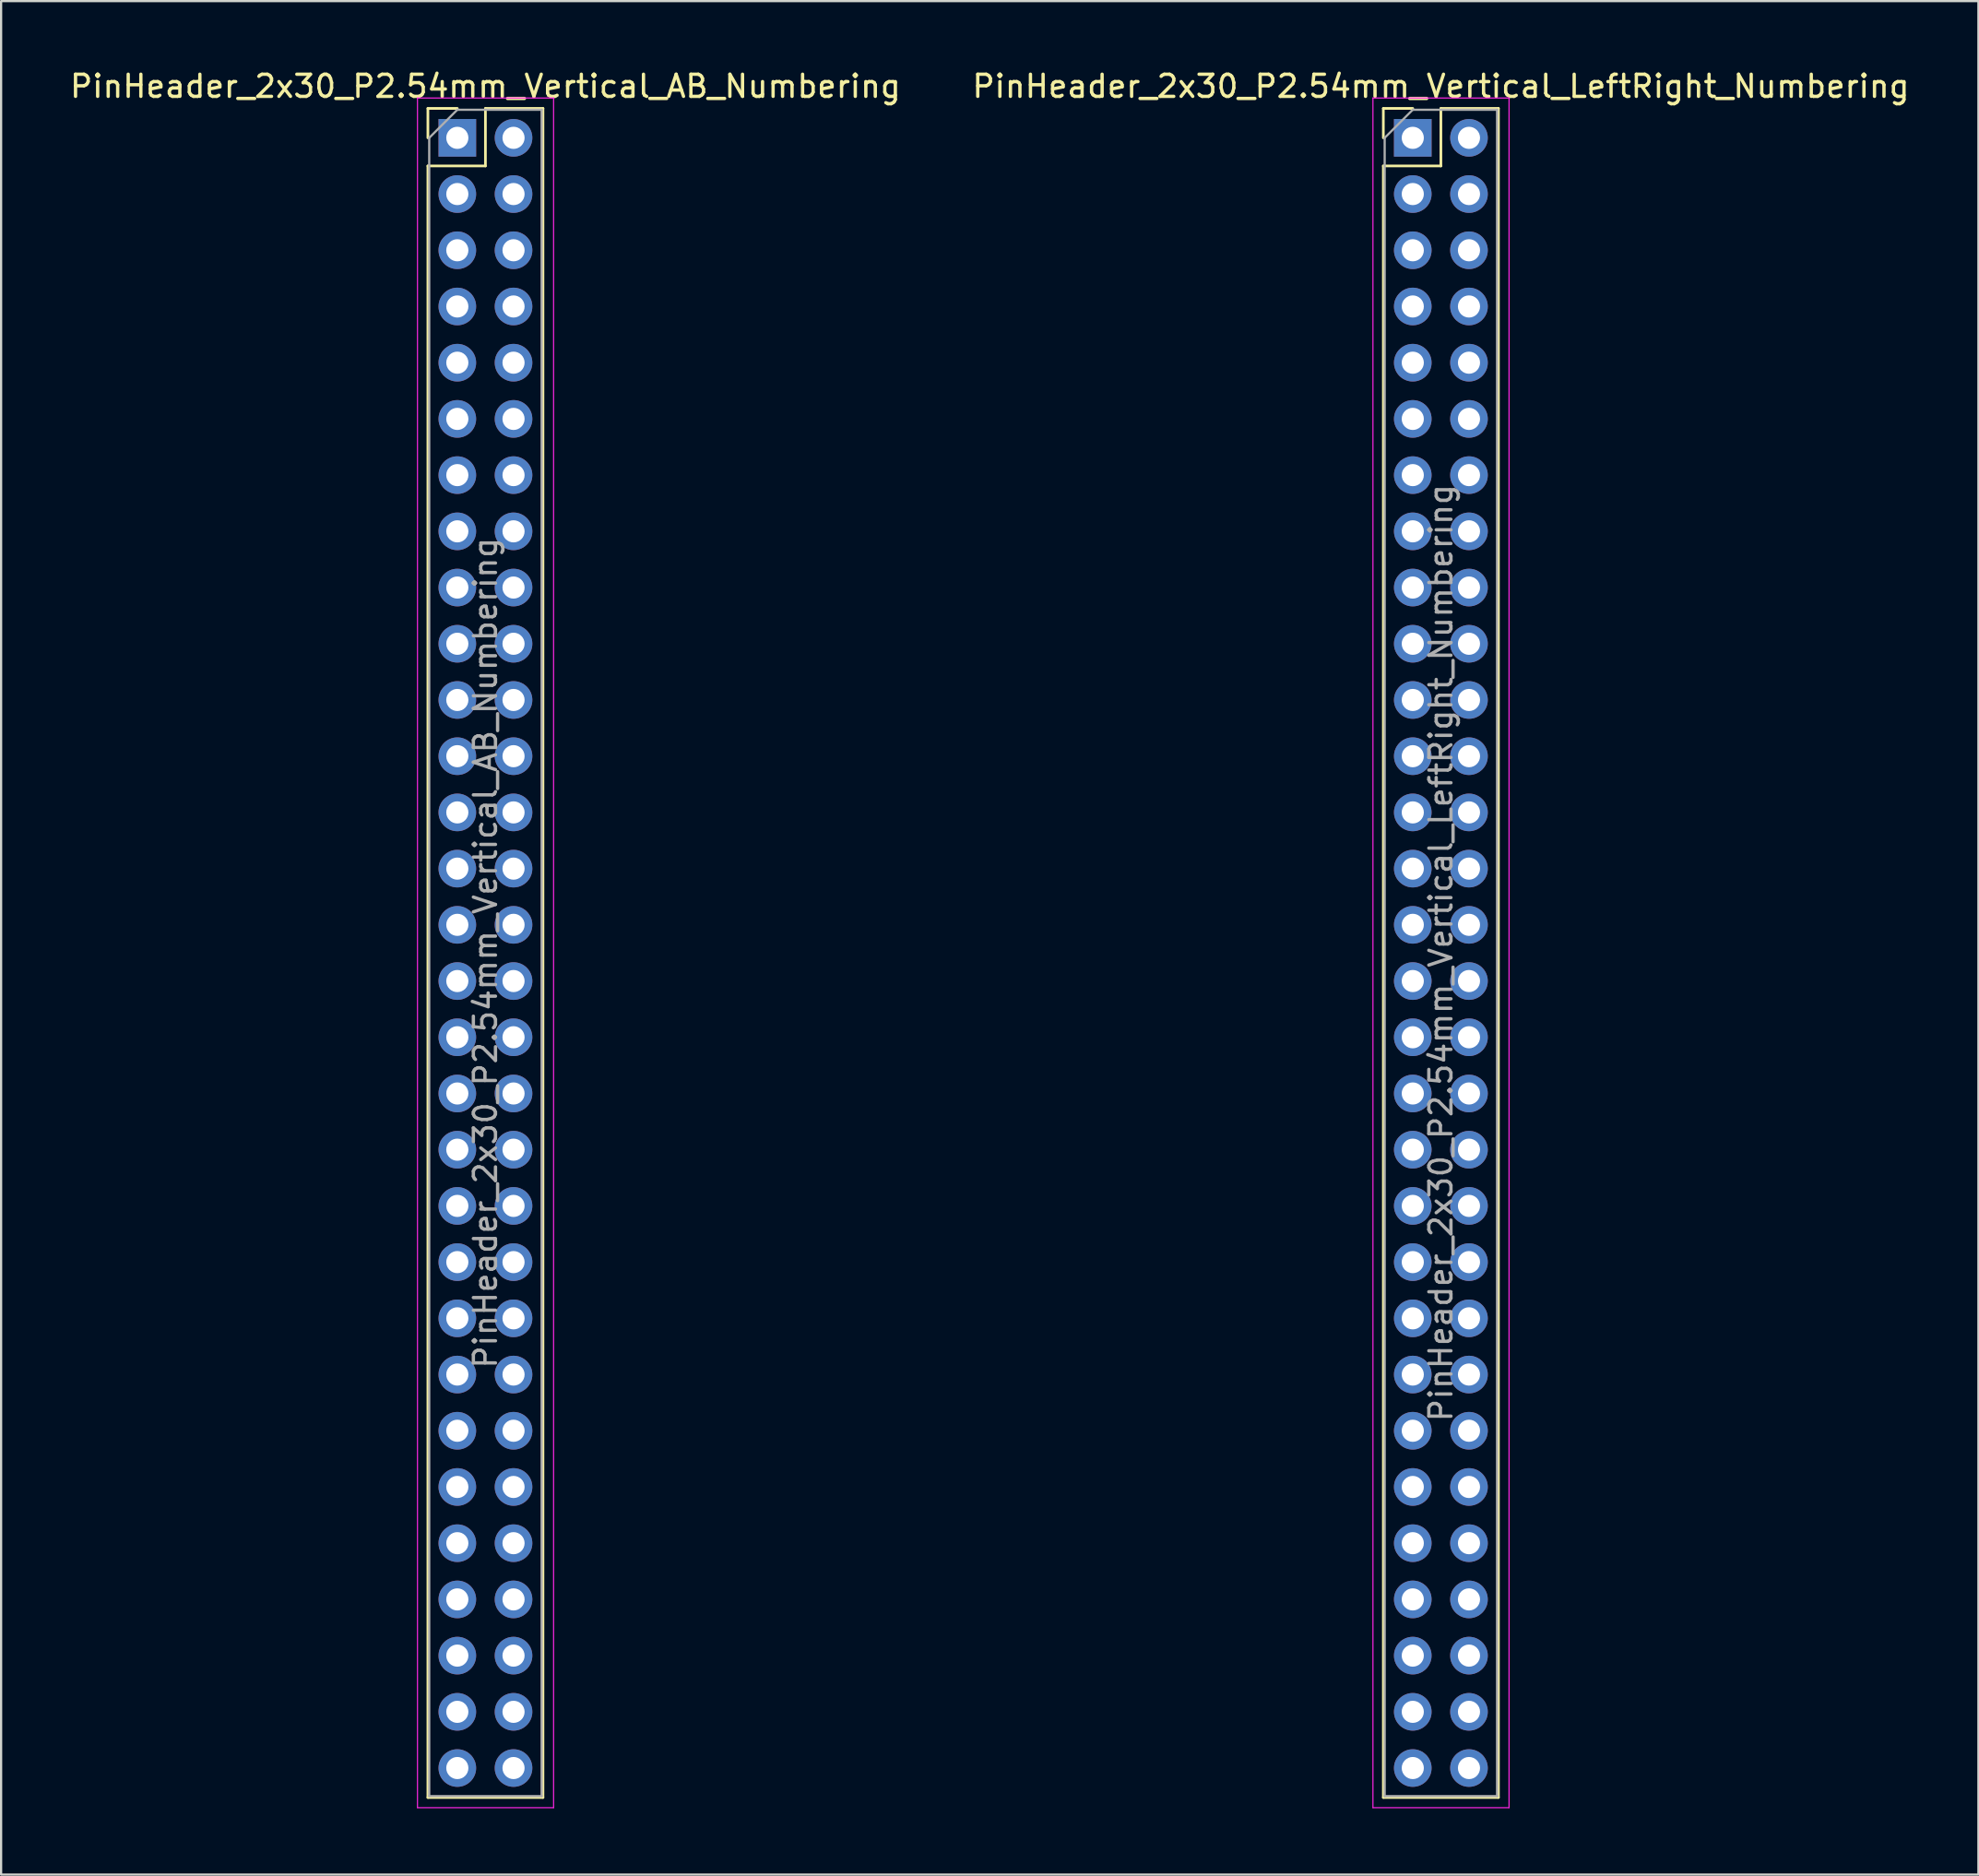
<source format=kicad_pcb>
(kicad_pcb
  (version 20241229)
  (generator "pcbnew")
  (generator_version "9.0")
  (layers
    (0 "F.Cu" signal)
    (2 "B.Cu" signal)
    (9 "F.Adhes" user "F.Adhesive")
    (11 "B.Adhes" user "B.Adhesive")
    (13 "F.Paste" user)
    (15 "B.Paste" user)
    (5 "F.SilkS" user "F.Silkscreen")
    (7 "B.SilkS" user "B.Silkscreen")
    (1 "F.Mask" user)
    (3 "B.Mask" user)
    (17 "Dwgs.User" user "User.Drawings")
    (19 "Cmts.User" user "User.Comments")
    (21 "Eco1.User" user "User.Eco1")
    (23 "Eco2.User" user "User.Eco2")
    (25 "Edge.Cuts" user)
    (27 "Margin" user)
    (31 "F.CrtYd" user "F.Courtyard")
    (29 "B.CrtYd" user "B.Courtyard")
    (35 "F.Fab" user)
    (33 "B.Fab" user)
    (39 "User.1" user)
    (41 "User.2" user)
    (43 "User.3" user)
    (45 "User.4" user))
  (footprint "PinHeader_2x30_P2.54mm_Vertical_AB_Numbering"
    (layer "F.Cu")
    (at 17.617 3.178)
    (property "Reference" "PinHeader_2x30_P2.54mm_Vertical_AB_Numbering" (at 1.27 -2.33 0) (layer "F.SilkS") (effects (font (size 1 1) (thickness 0.15))))
    (attr through_hole)
    (fp_line (start -1.33 -1.33) (end 0 -1.33) (stroke (width 0.12) (type solid)) (layer "F.SilkS"))
    (fp_line (start -1.33 0) (end -1.33 -1.33) (stroke (width 0.12) (type solid)) (layer "F.SilkS"))
    (fp_line (start -1.33 1.27) (end -1.33 74.99) (stroke (width 0.12) (type solid)) (layer "F.SilkS"))
    (fp_line (start -1.33 1.27) (end 1.27 1.27) (stroke (width 0.12) (type solid)) (layer "F.SilkS"))
    (fp_line (start -1.33 74.99) (end 3.87 74.99) (stroke (width 0.12) (type solid)) (layer "F.SilkS"))
    (fp_line (start 1.27 -1.33) (end 3.87 -1.33) (stroke (width 0.12) (type solid)) (layer "F.SilkS"))
    (fp_line (start 1.27 1.27) (end 1.27 -1.33) (stroke (width 0.12) (type solid)) (layer "F.SilkS"))
    (fp_line (start 3.87 -1.33) (end 3.87 74.99) (stroke (width 0.12) (type solid)) (layer "F.SilkS"))
    (fp_line (start -1.8 -1.8) (end -1.8 75.45) (stroke (width 0.05) (type solid)) (layer "F.CrtYd"))
    (fp_line (start -1.8 75.45) (end 4.35 75.45) (stroke (width 0.05) (type solid)) (layer "F.CrtYd"))
    (fp_line (start 4.35 -1.8) (end -1.8 -1.8) (stroke (width 0.05) (type solid)) (layer "F.CrtYd"))
    (fp_line (start 4.35 75.45) (end 4.35 -1.8) (stroke (width 0.05) (type solid)) (layer "F.CrtYd"))
    (fp_line (start -1.27 0) (end 0 -1.27) (stroke (width 0.1) (type solid)) (layer "F.Fab"))
    (fp_line (start -1.27 74.93) (end -1.27 0) (stroke (width 0.1) (type solid)) (layer "F.Fab"))
    (fp_line (start 0 -1.27) (end 3.81 -1.27) (stroke (width 0.1) (type solid)) (layer "F.Fab"))
    (fp_line (start 3.81 -1.27) (end 3.81 74.93) (stroke (width 0.1) (type solid)) (layer "F.Fab"))
    (fp_line (start 3.81 74.93) (end -1.27 74.93) (stroke (width 0.1) (type solid)) (layer "F.Fab"))
    (fp_text user "${REFERENCE}" (at 1.27 36.83 90) (layer "F.Fab") (effects (font (size 1 1) (thickness 0.15))))
    (pad "A1" thru_hole rect (at 0 0) (size 1.7 1.7) (drill 1) (layers "*.Cu" "*.Mask"))
    (pad "A2" thru_hole oval (at 0 2.54) (size 1.7 1.7) (drill 1) (layers "*.Cu" "*.Mask"))
    (pad "A3" thru_hole oval (at 0 5.08) (size 1.7 1.7) (drill 1) (layers "*.Cu" "*.Mask"))
    (pad "A4" thru_hole oval (at 0 7.62) (size 1.7 1.7) (drill 1) (layers "*.Cu" "*.Mask"))
    (pad "A5" thru_hole oval (at 0 10.16) (size 1.7 1.7) (drill 1) (layers "*.Cu" "*.Mask"))
    (pad "A6" thru_hole oval (at 0 12.7) (size 1.7 1.7) (drill 1) (layers "*.Cu" "*.Mask"))
    (pad "A7" thru_hole oval (at 0 15.24) (size 1.7 1.7) (drill 1) (layers "*.Cu" "*.Mask"))
    (pad "A8" thru_hole oval (at 0 17.78) (size 1.7 1.7) (drill 1) (layers "*.Cu" "*.Mask"))
    (pad "A9" thru_hole oval (at 0 20.32) (size 1.7 1.7) (drill 1) (layers "*.Cu" "*.Mask"))
    (pad "A10" thru_hole oval (at 0 22.86) (size 1.7 1.7) (drill 1) (layers "*.Cu" "*.Mask"))
    (pad "A11" thru_hole oval (at 0 25.4) (size 1.7 1.7) (drill 1) (layers "*.Cu" "*.Mask"))
    (pad "A12" thru_hole oval (at 0 27.94) (size 1.7 1.7) (drill 1) (layers "*.Cu" "*.Mask"))
    (pad "A13" thru_hole oval (at 0 30.48) (size 1.7 1.7) (drill 1) (layers "*.Cu" "*.Mask"))
    (pad "A14" thru_hole oval (at 0 33.02) (size 1.7 1.7) (drill 1) (layers "*.Cu" "*.Mask"))
    (pad "A15" thru_hole oval (at 0 35.56) (size 1.7 1.7) (drill 1) (layers "*.Cu" "*.Mask"))
    (pad "A16" thru_hole oval (at 0 38.1) (size 1.7 1.7) (drill 1) (layers "*.Cu" "*.Mask"))
    (pad "A17" thru_hole oval (at 0 40.64) (size 1.7 1.7) (drill 1) (layers "*.Cu" "*.Mask"))
    (pad "A18" thru_hole oval (at 0 43.18) (size 1.7 1.7) (drill 1) (layers "*.Cu" "*.Mask"))
    (pad "A19" thru_hole oval (at 0 45.72) (size 1.7 1.7) (drill 1) (layers "*.Cu" "*.Mask"))
    (pad "A20" thru_hole oval (at 0 48.26) (size 1.7 1.7) (drill 1) (layers "*.Cu" "*.Mask"))
    (pad "A21" thru_hole oval (at 0 50.8) (size 1.7 1.7) (drill 1) (layers "*.Cu" "*.Mask"))
    (pad "A22" thru_hole oval (at 0 53.34) (size 1.7 1.7) (drill 1) (layers "*.Cu" "*.Mask"))
    (pad "A23" thru_hole oval (at 0 55.88) (size 1.7 1.7) (drill 1) (layers "*.Cu" "*.Mask"))
    (pad "A24" thru_hole oval (at 0 58.42) (size 1.7 1.7) (drill 1) (layers "*.Cu" "*.Mask"))
    (pad "A25" thru_hole oval (at 0 60.96) (size 1.7 1.7) (drill 1) (layers "*.Cu" "*.Mask"))
    (pad "A26" thru_hole oval (at 0 63.5) (size 1.7 1.7) (drill 1) (layers "*.Cu" "*.Mask"))
    (pad "A27" thru_hole oval (at 0 66.04) (size 1.7 1.7) (drill 1) (layers "*.Cu" "*.Mask"))
    (pad "A28" thru_hole oval (at 0 68.58) (size 1.7 1.7) (drill 1) (layers "*.Cu" "*.Mask"))
    (pad "A29" thru_hole oval (at 0 71.12) (size 1.7 1.7) (drill 1) (layers "*.Cu" "*.Mask"))
    (pad "A30" thru_hole oval (at 0 73.66) (size 1.7 1.7) (drill 1) (layers "*.Cu" "*.Mask"))
    (pad "B1" thru_hole oval (at 2.54 0) (size 1.7 1.7) (drill 1) (layers "*.Cu" "*.Mask"))
    (pad "B2" thru_hole oval (at 2.54 2.54) (size 1.7 1.7) (drill 1) (layers "*.Cu" "*.Mask"))
    (pad "B3" thru_hole oval (at 2.54 5.08) (size 1.7 1.7) (drill 1) (layers "*.Cu" "*.Mask"))
    (pad "B4" thru_hole oval (at 2.54 7.62) (size 1.7 1.7) (drill 1) (layers "*.Cu" "*.Mask"))
    (pad "B5" thru_hole oval (at 2.54 10.16) (size 1.7 1.7) (drill 1) (layers "*.Cu" "*.Mask"))
    (pad "B6" thru_hole oval (at 2.54 12.7) (size 1.7 1.7) (drill 1) (layers "*.Cu" "*.Mask"))
    (pad "B7" thru_hole oval (at 2.54 15.24) (size 1.7 1.7) (drill 1) (layers "*.Cu" "*.Mask"))
    (pad "B8" thru_hole oval (at 2.54 17.78) (size 1.7 1.7) (drill 1) (layers "*.Cu" "*.Mask"))
    (pad "B9" thru_hole oval (at 2.54 20.32) (size 1.7 1.7) (drill 1) (layers "*.Cu" "*.Mask"))
    (pad "B10" thru_hole oval (at 2.54 22.86) (size 1.7 1.7) (drill 1) (layers "*.Cu" "*.Mask"))
    (pad "B11" thru_hole oval (at 2.54 25.4) (size 1.7 1.7) (drill 1) (layers "*.Cu" "*.Mask"))
    (pad "B12" thru_hole oval (at 2.54 27.94) (size 1.7 1.7) (drill 1) (layers "*.Cu" "*.Mask"))
    (pad "B13" thru_hole oval (at 2.54 30.48) (size 1.7 1.7) (drill 1) (layers "*.Cu" "*.Mask"))
    (pad "B14" thru_hole oval (at 2.54 33.02) (size 1.7 1.7) (drill 1) (layers "*.Cu" "*.Mask"))
    (pad "B15" thru_hole oval (at 2.54 35.56) (size 1.7 1.7) (drill 1) (layers "*.Cu" "*.Mask"))
    (pad "B16" thru_hole oval (at 2.54 38.1) (size 1.7 1.7) (drill 1) (layers "*.Cu" "*.Mask"))
    (pad "B17" thru_hole oval (at 2.54 40.64) (size 1.7 1.7) (drill 1) (layers "*.Cu" "*.Mask"))
    (pad "B18" thru_hole oval (at 2.54 43.18) (size 1.7 1.7) (drill 1) (layers "*.Cu" "*.Mask"))
    (pad "B19" thru_hole oval (at 2.54 45.72) (size 1.7 1.7) (drill 1) (layers "*.Cu" "*.Mask"))
    (pad "B20" thru_hole oval (at 2.54 48.26) (size 1.7 1.7) (drill 1) (layers "*.Cu" "*.Mask"))
    (pad "B21" thru_hole oval (at 2.54 50.8) (size 1.7 1.7) (drill 1) (layers "*.Cu" "*.Mask"))
    (pad "B22" thru_hole oval (at 2.54 53.34) (size 1.7 1.7) (drill 1) (layers "*.Cu" "*.Mask"))
    (pad "B23" thru_hole oval (at 2.54 55.88) (size 1.7 1.7) (drill 1) (layers "*.Cu" "*.Mask"))
    (pad "B24" thru_hole oval (at 2.54 58.42) (size 1.7 1.7) (drill 1) (layers "*.Cu" "*.Mask"))
    (pad "B25" thru_hole oval (at 2.54 60.96) (size 1.7 1.7) (drill 1) (layers "*.Cu" "*.Mask"))
    (pad "B26" thru_hole oval (at 2.54 63.5) (size 1.7 1.7) (drill 1) (layers "*.Cu" "*.Mask"))
    (pad "B27" thru_hole oval (at 2.54 66.04) (size 1.7 1.7) (drill 1) (layers "*.Cu" "*.Mask"))
    (pad "B28" thru_hole oval (at 2.54 68.58) (size 1.7 1.7) (drill 1) (layers "*.Cu" "*.Mask"))
    (pad "B29" thru_hole oval (at 2.54 71.12) (size 1.7 1.7) (drill 1) (layers "*.Cu" "*.Mask"))
    (pad "B30" thru_hole oval (at 2.54 73.66) (size 1.7 1.7) (drill 1) (layers "*.Cu" "*.Mask")))
  (footprint "PinHeader_2x30_P2.54mm_Vertical_LeftRight_Numbering"
    (layer "F.Cu")
    (at 60.795 3.178)
    (property "Reference" "PinHeader_2x30_P2.54mm_Vertical_LeftRight_Numbering" (at 1.27 -2.33 0) (layer "F.SilkS") (effects (font (size 1 1) (thickness 0.15))))
    (attr through_hole)
    (fp_line (start -1.33 -1.33) (end 0 -1.33) (stroke (width 0.12) (type solid)) (layer "F.SilkS"))
    (fp_line (start -1.33 0) (end -1.33 -1.33) (stroke (width 0.12) (type solid)) (layer "F.SilkS"))
    (fp_line (start -1.33 1.27) (end -1.33 74.99) (stroke (width 0.12) (type solid)) (layer "F.SilkS"))
    (fp_line (start -1.33 1.27) (end 1.27 1.27) (stroke (width 0.12) (type solid)) (layer "F.SilkS"))
    (fp_line (start -1.33 74.99) (end 3.87 74.99) (stroke (width 0.12) (type solid)) (layer "F.SilkS"))
    (fp_line (start 1.27 -1.33) (end 3.87 -1.33) (stroke (width 0.12) (type solid)) (layer "F.SilkS"))
    (fp_line (start 1.27 1.27) (end 1.27 -1.33) (stroke (width 0.12) (type solid)) (layer "F.SilkS"))
    (fp_line (start 3.87 -1.33) (end 3.87 74.99) (stroke (width 0.12) (type solid)) (layer "F.SilkS"))
    (fp_line (start -1.8 -1.8) (end -1.8 75.45) (stroke (width 0.05) (type solid)) (layer "F.CrtYd"))
    (fp_line (start -1.8 75.45) (end 4.35 75.45) (stroke (width 0.05) (type solid)) (layer "F.CrtYd"))
    (fp_line (start 4.35 -1.8) (end -1.8 -1.8) (stroke (width 0.05) (type solid)) (layer "F.CrtYd"))
    (fp_line (start 4.35 75.45) (end 4.35 -1.8) (stroke (width 0.05) (type solid)) (layer "F.CrtYd"))
    (fp_line (start -1.27 0) (end 0 -1.27) (stroke (width 0.1) (type solid)) (layer "F.Fab"))
    (fp_line (start -1.27 74.93) (end -1.27 0) (stroke (width 0.1) (type solid)) (layer "F.Fab"))
    (fp_line (start 0 -1.27) (end 3.81 -1.27) (stroke (width 0.1) (type solid)) (layer "F.Fab"))
    (fp_line (start 3.81 -1.27) (end 3.81 74.93) (stroke (width 0.1) (type solid)) (layer "F.Fab"))
    (fp_line (start 3.81 74.93) (end -1.27 74.93) (stroke (width 0.1) (type solid)) (layer "F.Fab"))
    (fp_text user "${REFERENCE}" (at 1.27 36.83 90) (layer "F.Fab") (effects (font (size 1 1) (thickness 0.15))))
    (pad "1" thru_hole rect (at 0 0) (size 1.7 1.7) (drill 1) (layers "*.Cu" "*.Mask"))
    (pad "2" thru_hole oval (at 0 2.54) (size 1.7 1.7) (drill 1) (layers "*.Cu" "*.Mask"))
    (pad "3" thru_hole oval (at 0 5.08) (size 1.7 1.7) (drill 1) (layers "*.Cu" "*.Mask"))
    (pad "4" thru_hole oval (at 0 7.62) (size 1.7 1.7) (drill 1) (layers "*.Cu" "*.Mask"))
    (pad "5" thru_hole oval (at 0 10.16) (size 1.7 1.7) (drill 1) (layers "*.Cu" "*.Mask"))
    (pad "6" thru_hole oval (at 0 12.7) (size 1.7 1.7) (drill 1) (layers "*.Cu" "*.Mask"))
    (pad "7" thru_hole oval (at 0 15.24) (size 1.7 1.7) (drill 1) (layers "*.Cu" "*.Mask"))
    (pad "8" thru_hole oval (at 0 17.78) (size 1.7 1.7) (drill 1) (layers "*.Cu" "*.Mask"))
    (pad "9" thru_hole oval (at 0 20.32) (size 1.7 1.7) (drill 1) (layers "*.Cu" "*.Mask"))
    (pad "10" thru_hole oval (at 0 22.86) (size 1.7 1.7) (drill 1) (layers "*.Cu" "*.Mask"))
    (pad "11" thru_hole oval (at 0 25.4) (size 1.7 1.7) (drill 1) (layers "*.Cu" "*.Mask"))
    (pad "12" thru_hole oval (at 0 27.94) (size 1.7 1.7) (drill 1) (layers "*.Cu" "*.Mask"))
    (pad "13" thru_hole oval (at 0 30.48) (size 1.7 1.7) (drill 1) (layers "*.Cu" "*.Mask"))
    (pad "14" thru_hole oval (at 0 33.02) (size 1.7 1.7) (drill 1) (layers "*.Cu" "*.Mask"))
    (pad "15" thru_hole oval (at 0 35.56) (size 1.7 1.7) (drill 1) (layers "*.Cu" "*.Mask"))
    (pad "16" thru_hole oval (at 0 38.1) (size 1.7 1.7) (drill 1) (layers "*.Cu" "*.Mask"))
    (pad "17" thru_hole oval (at 0 40.64) (size 1.7 1.7) (drill 1) (layers "*.Cu" "*.Mask"))
    (pad "18" thru_hole oval (at 0 43.18) (size 1.7 1.7) (drill 1) (layers "*.Cu" "*.Mask"))
    (pad "19" thru_hole oval (at 0 45.72) (size 1.7 1.7) (drill 1) (layers "*.Cu" "*.Mask"))
    (pad "20" thru_hole oval (at 0 48.26) (size 1.7 1.7) (drill 1) (layers "*.Cu" "*.Mask"))
    (pad "21" thru_hole oval (at 0 50.8) (size 1.7 1.7) (drill 1) (layers "*.Cu" "*.Mask"))
    (pad "22" thru_hole oval (at 0 53.34) (size 1.7 1.7) (drill 1) (layers "*.Cu" "*.Mask"))
    (pad "23" thru_hole oval (at 0 55.88) (size 1.7 1.7) (drill 1) (layers "*.Cu" "*.Mask"))
    (pad "24" thru_hole oval (at 0 58.42) (size 1.7 1.7) (drill 1) (layers "*.Cu" "*.Mask"))
    (pad "25" thru_hole oval (at 0 60.96) (size 1.7 1.7) (drill 1) (layers "*.Cu" "*.Mask"))
    (pad "26" thru_hole oval (at 0 63.5) (size 1.7 1.7) (drill 1) (layers "*.Cu" "*.Mask"))
    (pad "27" thru_hole oval (at 0 66.04) (size 1.7 1.7) (drill 1) (layers "*.Cu" "*.Mask"))
    (pad "28" thru_hole oval (at 0 68.58) (size 1.7 1.7) (drill 1) (layers "*.Cu" "*.Mask"))
    (pad "29" thru_hole oval (at 0 71.12) (size 1.7 1.7) (drill 1) (layers "*.Cu" "*.Mask"))
    (pad "30" thru_hole oval (at 0 73.66) (size 1.7 1.7) (drill 1) (layers "*.Cu" "*.Mask"))
    (pad "31" thru_hole oval (at 2.54 0) (size 1.7 1.7) (drill 1) (layers "*.Cu" "*.Mask"))
    (pad "32" thru_hole oval (at 2.54 2.54) (size 1.7 1.7) (drill 1) (layers "*.Cu" "*.Mask"))
    (pad "33" thru_hole oval (at 2.54 5.08) (size 1.7 1.7) (drill 1) (layers "*.Cu" "*.Mask"))
    (pad "34" thru_hole oval (at 2.54 7.62) (size 1.7 1.7) (drill 1) (layers "*.Cu" "*.Mask"))
    (pad "35" thru_hole oval (at 2.54 10.16) (size 1.7 1.7) (drill 1) (layers "*.Cu" "*.Mask"))
    (pad "36" thru_hole oval (at 2.54 12.7) (size 1.7 1.7) (drill 1) (layers "*.Cu" "*.Mask"))
    (pad "37" thru_hole oval (at 2.54 15.24) (size 1.7 1.7) (drill 1) (layers "*.Cu" "*.Mask"))
    (pad "38" thru_hole oval (at 2.54 17.78) (size 1.7 1.7) (drill 1) (layers "*.Cu" "*.Mask"))
    (pad "39" thru_hole oval (at 2.54 20.32) (size 1.7 1.7) (drill 1) (layers "*.Cu" "*.Mask"))
    (pad "40" thru_hole oval (at 2.54 22.86) (size 1.7 1.7) (drill 1) (layers "*.Cu" "*.Mask"))
    (pad "41" thru_hole oval (at 2.54 25.4) (size 1.7 1.7) (drill 1) (layers "*.Cu" "*.Mask"))
    (pad "42" thru_hole oval (at 2.54 27.94) (size 1.7 1.7) (drill 1) (layers "*.Cu" "*.Mask"))
    (pad "43" thru_hole oval (at 2.54 30.48) (size 1.7 1.7) (drill 1) (layers "*.Cu" "*.Mask"))
    (pad "44" thru_hole oval (at 2.54 33.02) (size 1.7 1.7) (drill 1) (layers "*.Cu" "*.Mask"))
    (pad "45" thru_hole oval (at 2.54 35.56) (size 1.7 1.7) (drill 1) (layers "*.Cu" "*.Mask"))
    (pad "46" thru_hole oval (at 2.54 38.1) (size 1.7 1.7) (drill 1) (layers "*.Cu" "*.Mask"))
    (pad "47" thru_hole oval (at 2.54 40.64) (size 1.7 1.7) (drill 1) (layers "*.Cu" "*.Mask"))
    (pad "48" thru_hole oval (at 2.54 43.18) (size 1.7 1.7) (drill 1) (layers "*.Cu" "*.Mask"))
    (pad "49" thru_hole oval (at 2.54 45.72) (size 1.7 1.7) (drill 1) (layers "*.Cu" "*.Mask"))
    (pad "50" thru_hole oval (at 2.54 48.26) (size 1.7 1.7) (drill 1) (layers "*.Cu" "*.Mask"))
    (pad "51" thru_hole oval (at 2.54 50.8) (size 1.7 1.7) (drill 1) (layers "*.Cu" "*.Mask"))
    (pad "52" thru_hole oval (at 2.54 53.34) (size 1.7 1.7) (drill 1) (layers "*.Cu" "*.Mask"))
    (pad "53" thru_hole oval (at 2.54 55.88) (size 1.7 1.7) (drill 1) (layers "*.Cu" "*.Mask"))
    (pad "54" thru_hole oval (at 2.54 58.42) (size 1.7 1.7) (drill 1) (layers "*.Cu" "*.Mask"))
    (pad "55" thru_hole oval (at 2.54 60.96) (size 1.7 1.7) (drill 1) (layers "*.Cu" "*.Mask"))
    (pad "56" thru_hole oval (at 2.54 63.5) (size 1.7 1.7) (drill 1) (layers "*.Cu" "*.Mask"))
    (pad "57" thru_hole oval (at 2.54 66.04) (size 1.7 1.7) (drill 1) (layers "*.Cu" "*.Mask"))
    (pad "58" thru_hole oval (at 2.54 68.58) (size 1.7 1.7) (drill 1) (layers "*.Cu" "*.Mask"))
    (pad "59" thru_hole oval (at 2.54 71.12) (size 1.7 1.7) (drill 1) (layers "*.Cu" "*.Mask"))
    (pad "60" thru_hole oval (at 2.54 73.66) (size 1.7 1.7) (drill 1) (layers "*.Cu" "*.Mask")))
  (gr_rect
    (start -3 -3)
    (end 86.357 81.653)
    (stroke (width 0.1) (type default))
    (fill no)
    (layer "Edge.Cuts")))
</source>
